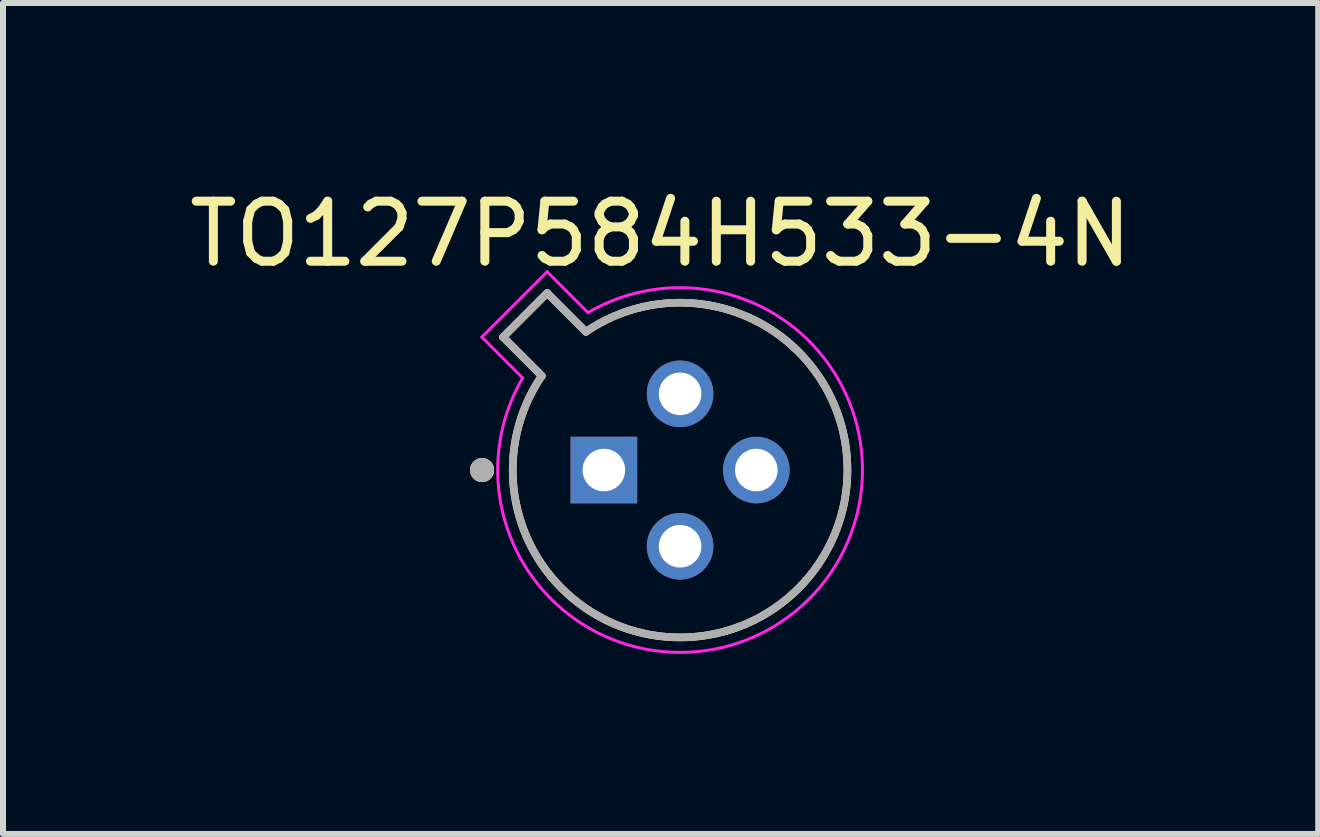
<source format=kicad_pcb>
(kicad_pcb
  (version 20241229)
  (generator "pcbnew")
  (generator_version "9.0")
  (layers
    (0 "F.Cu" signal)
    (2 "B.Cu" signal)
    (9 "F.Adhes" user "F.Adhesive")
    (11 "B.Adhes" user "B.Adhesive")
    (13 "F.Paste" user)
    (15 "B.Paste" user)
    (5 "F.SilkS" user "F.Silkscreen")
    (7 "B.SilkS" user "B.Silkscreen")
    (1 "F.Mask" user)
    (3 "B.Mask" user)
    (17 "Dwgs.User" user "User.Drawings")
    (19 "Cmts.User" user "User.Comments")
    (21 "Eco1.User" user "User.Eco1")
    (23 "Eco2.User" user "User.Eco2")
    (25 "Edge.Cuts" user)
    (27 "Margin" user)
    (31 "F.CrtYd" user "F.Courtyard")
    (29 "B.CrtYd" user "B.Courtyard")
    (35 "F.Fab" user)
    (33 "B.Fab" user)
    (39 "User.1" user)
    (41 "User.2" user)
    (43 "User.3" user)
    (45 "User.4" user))
  (footprint "TO127P584H533-4N"
    (layer "F.Cu")
    (at 8.283 4.783)
    (property "Reference" "TO127P584H533-4N" (at -0.325 -3.935 0) (layer "F.SilkS") (effects (font (size 1 1) (thickness 0.15))))
    (attr through_hole)
    (fp_line (start -2.95 -2.215) (end -2.305 -1.57) (stroke (width 0.127) (type solid)) (layer "F.SilkS"))
    (fp_line (start -2.215 -2.95) (end -2.95 -2.215) (stroke (width 0.127) (type solid)) (layer "F.SilkS"))
    (fp_line (start -1.57 -2.305) (end -2.215 -2.95) (stroke (width 0.127) (type solid)) (layer "F.SilkS"))
    (fp_arc (start -1.56977 -2.30517) (mid 1.972053 1.972053) (end -2.30517 -1.56977) (stroke (width 0.127) (type solid)) (layer "F.SilkS"))
    (fp_circle (center -3.3 0) (end -3.2 0) (stroke (width 0.2) (type solid)) (fill no) (layer "F.SilkS"))
    (fp_circle (center -3.3 0) (end -3.2 0) (stroke (width 0.2) (type solid)) (fill no) (layer "B.SilkS"))
    (fp_line (start -3.304 -2.215) (end -2.623 -1.534) (stroke (width 0.05) (type solid)) (layer "F.CrtYd"))
    (fp_line (start -2.215 -3.304) (end -3.304 -2.215) (stroke (width 0.05) (type solid)) (layer "F.CrtYd"))
    (fp_line (start -1.534 -2.623) (end -2.215 -3.304) (stroke (width 0.05) (type solid)) (layer "F.CrtYd"))
    (fp_arc (start -1.53442 -2.62337) (mid 2.149001 2.149001) (end -2.62337 -1.53442) (stroke (width 0.05) (type solid)) (layer "F.CrtYd"))
    (fp_line (start -2.95 -2.215) (end -2.305 -1.57) (stroke (width 0.127) (type solid)) (layer "F.Fab"))
    (fp_line (start -2.215 -2.95) (end -2.95 -2.215) (stroke (width 0.127) (type solid)) (layer "F.Fab"))
    (fp_line (start -1.57 -2.305) (end -2.215 -2.95) (stroke (width 0.127) (type solid)) (layer "F.Fab"))
    (fp_arc (start -1.56977 -2.30517) (mid 1.972053 1.972053) (end -2.30517 -1.56977) (stroke (width 0.127) (type solid)) (layer "F.Fab"))
    (fp_circle (center -3.3 0) (end -3.2 0) (stroke (width 0.2) (type solid)) (fill no) (layer "F.Fab"))
    (pad "1" thru_hole rect (at -1.27 0) (size 1.11 1.11) (drill 0.71) (layers "*.Cu" "*.Mask"))
    (pad "2" thru_hole circle (at 0 1.27) (size 1.11 1.11) (drill 0.71) (layers "*.Cu" "*.Mask"))
    (pad "3" thru_hole circle (at 1.27 0) (size 1.11 1.11) (drill 0.71) (layers "*.Cu" "*.Mask"))
    (pad "4" thru_hole circle (at 0 -1.27) (size 1.11 1.11) (drill 0.71) (layers "*.Cu" "*.Mask")))
  (gr_rect
    (start -3 -3)
    (end 18.917 10.847)
    (stroke (width 0.1) (type default))
    (fill no)
    (layer "Edge.Cuts")))
</source>
